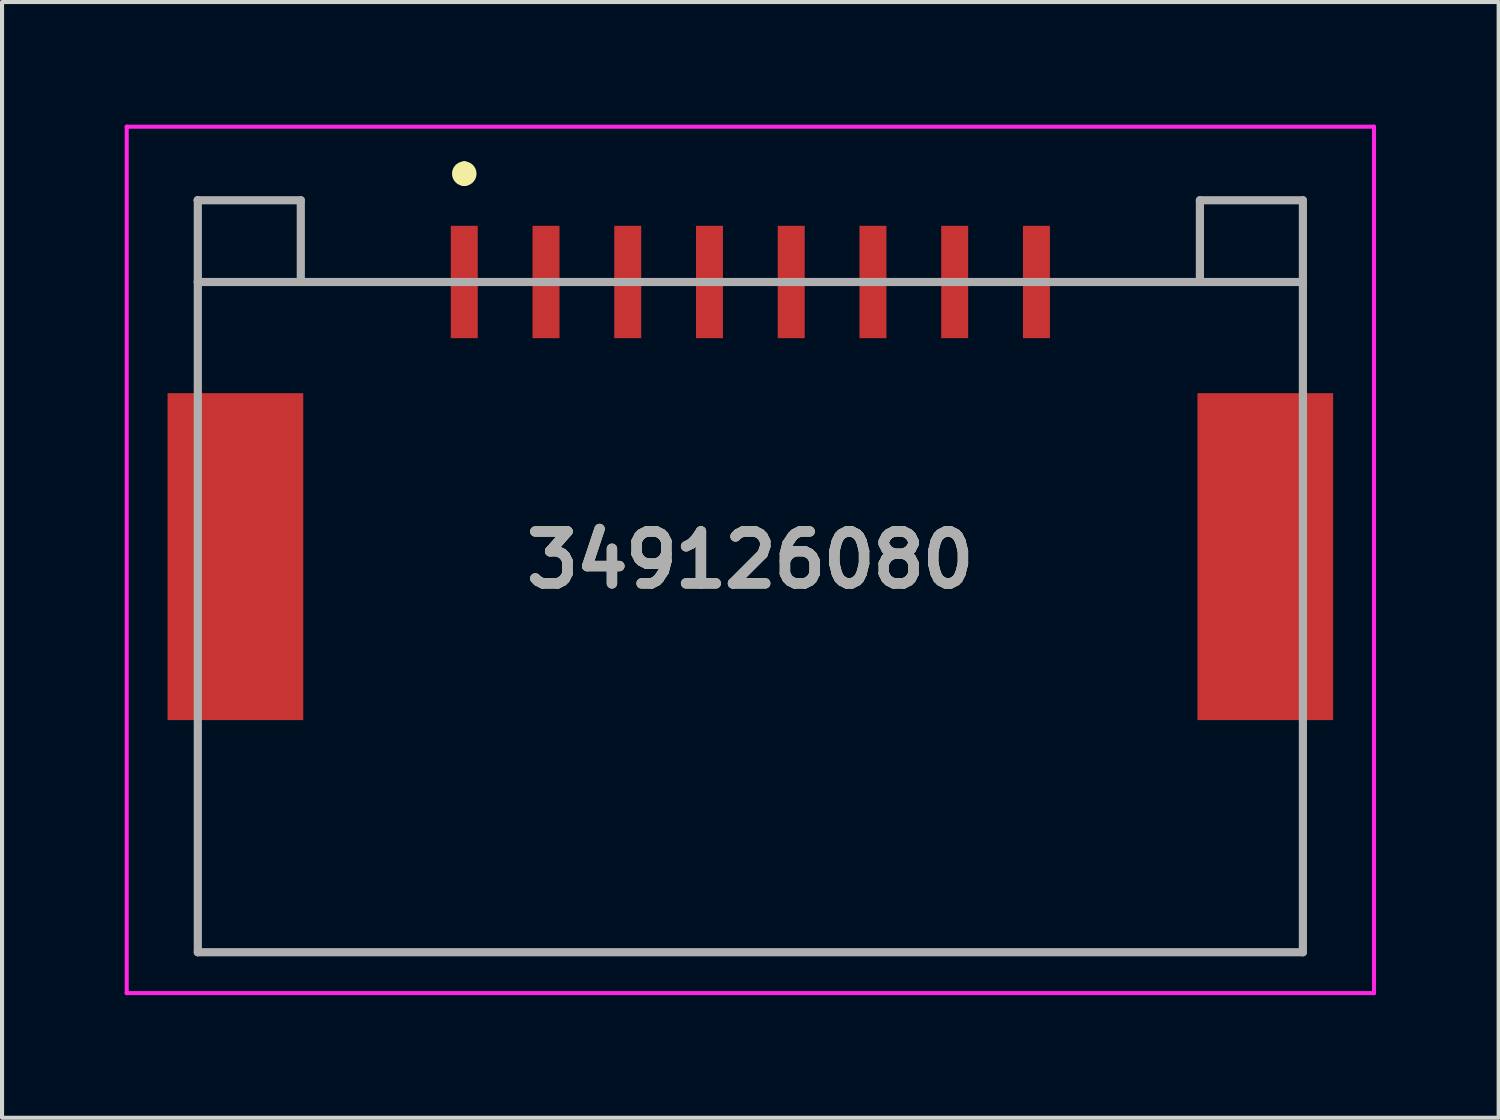
<source format=kicad_pcb>
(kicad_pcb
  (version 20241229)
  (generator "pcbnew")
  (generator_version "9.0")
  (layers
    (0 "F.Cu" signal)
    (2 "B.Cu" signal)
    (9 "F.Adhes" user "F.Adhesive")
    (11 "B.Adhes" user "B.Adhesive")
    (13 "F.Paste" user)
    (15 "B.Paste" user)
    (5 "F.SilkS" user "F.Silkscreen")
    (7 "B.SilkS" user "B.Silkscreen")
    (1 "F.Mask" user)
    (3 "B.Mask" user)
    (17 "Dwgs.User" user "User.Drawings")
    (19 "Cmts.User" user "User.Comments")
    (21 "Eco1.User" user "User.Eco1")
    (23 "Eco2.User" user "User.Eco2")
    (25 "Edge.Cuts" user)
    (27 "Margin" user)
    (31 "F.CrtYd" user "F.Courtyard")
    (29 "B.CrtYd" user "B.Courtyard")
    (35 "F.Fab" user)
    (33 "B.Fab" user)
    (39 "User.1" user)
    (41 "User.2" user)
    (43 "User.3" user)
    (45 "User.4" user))
  (footprint "349126080"
    (layer "F.Cu")
    (at 15.31 10.65)
    (property "Reference" "349126080" (at 0 0 0) (layer "F.SilkS") (effects (font (size 1.27 1.27) (thickness 0.254))))
    (attr smd)
    (fp_line (start -13.52 9.6) (end 12.6 9.6) (stroke (width 0.1) (type solid)) (layer "F.SilkS"))
    (fp_line (start -7 -9.6) (end -7 -9.6) (stroke (width 0.3) (type solid)) (layer "F.SilkS"))
    (fp_line (start -7 -9.3) (end -7 -9.3) (stroke (width 0.3) (type solid)) (layer "F.SilkS"))
    (fp_arc (start -7 -9.6) (mid -6.85 -9.45) (end -7 -9.3) (stroke (width 0.3) (type solid)) (layer "F.SilkS"))
    (fp_arc (start -7 -9.3) (mid -7.15 -9.45) (end -7 -9.6) (stroke (width 0.3) (type solid)) (layer "F.SilkS"))
    (fp_line (start -15.26 -10.6) (end 15.26 -10.6) (stroke (width 0.1) (type solid)) (layer "F.CrtYd"))
    (fp_line (start -15.26 10.6) (end -15.26 -10.6) (stroke (width 0.1) (type solid)) (layer "F.CrtYd"))
    (fp_line (start 15.26 -10.6) (end 15.26 10.6) (stroke (width 0.1) (type solid)) (layer "F.CrtYd"))
    (fp_line (start 15.26 10.6) (end -15.26 10.6) (stroke (width 0.1) (type solid)) (layer "F.CrtYd"))
    (fp_line (start -13.52 -8.8) (end -13.52 -8.8) (stroke (width 0.2) (type solid)) (layer "F.Fab"))
    (fp_line (start -13.52 -8.8) (end -13.52 -8.8) (stroke (width 0.2) (type solid)) (layer "F.Fab"))
    (fp_line (start -13.52 -8.8) (end -11 -8.8) (stroke (width 0.2) (type solid)) (layer "F.Fab"))
    (fp_line (start -13.52 -6.8) (end -13.52 -8.8) (stroke (width 0.2) (type solid)) (layer "F.Fab"))
    (fp_line (start -13.52 -6.8) (end 13.52 -6.8) (stroke (width 0.2) (type solid)) (layer "F.Fab"))
    (fp_line (start -13.52 9.6) (end -13.52 -6.8) (stroke (width 0.2) (type solid)) (layer "F.Fab"))
    (fp_line (start -11 -8.8) (end -11 -6.8) (stroke (width 0.2) (type solid)) (layer "F.Fab"))
    (fp_line (start 11 -8.8) (end 11 -6.8) (stroke (width 0.2) (type solid)) (layer "F.Fab"))
    (fp_line (start 13.52 -8.8) (end 11 -8.8) (stroke (width 0.2) (type solid)) (layer "F.Fab"))
    (fp_line (start 13.52 -6.8) (end 13.52 -8.8) (stroke (width 0.2) (type solid)) (layer "F.Fab"))
    (fp_line (start 13.52 -6.8) (end 13.52 9.6) (stroke (width 0.2) (type solid)) (layer "F.Fab"))
    (fp_line (start 13.52 9.6) (end -13.52 9.6) (stroke (width 0.2) (type solid)) (layer "F.Fab"))
    (fp_text user "${REFERENCE}" (at 0 0 0) (layer "F.Fab") (effects (font (size 1.27 1.27) (thickness 0.254))))
    (pad "1" smd rect (at -7 -6.8) (size 0.66 2.75) (layers "F.Cu" "F.Mask" "F.Paste"))
    (pad "2" smd rect (at -5 -6.8) (size 0.66 2.75) (layers "F.Cu" "F.Mask" "F.Paste"))
    (pad "3" smd rect (at -3 -6.8) (size 0.66 2.75) (layers "F.Cu" "F.Mask" "F.Paste"))
    (pad "4" smd rect (at -1 -6.8) (size 0.66 2.75) (layers "F.Cu" "F.Mask" "F.Paste"))
    (pad "5" smd rect (at 1 -6.8) (size 0.66 2.75) (layers "F.Cu" "F.Mask" "F.Paste"))
    (pad "6" smd rect (at 3 -6.8) (size 0.66 2.75) (layers "F.Cu" "F.Mask" "F.Paste"))
    (pad "7" smd rect (at 5 -6.8) (size 0.66 2.75) (layers "F.Cu" "F.Mask" "F.Paste"))
    (pad "8" smd rect (at 7 -6.8) (size 0.66 2.75) (layers "F.Cu" "F.Mask" "F.Paste"))
    (pad "MP1" smd rect (at -12.6 -0.08) (size 3.32 8) (layers "F.Cu" "F.Mask" "F.Paste"))
    (pad "MP2" smd rect (at 12.6 -0.08) (size 3.32 8) (layers "F.Cu" "F.Mask" "F.Paste")))
  (gr_rect
    (start -3 -3)
    (end 33.62 24.3)
    (stroke (width 0.1) (type default))
    (fill no)
    (layer "Edge.Cuts")))
</source>
